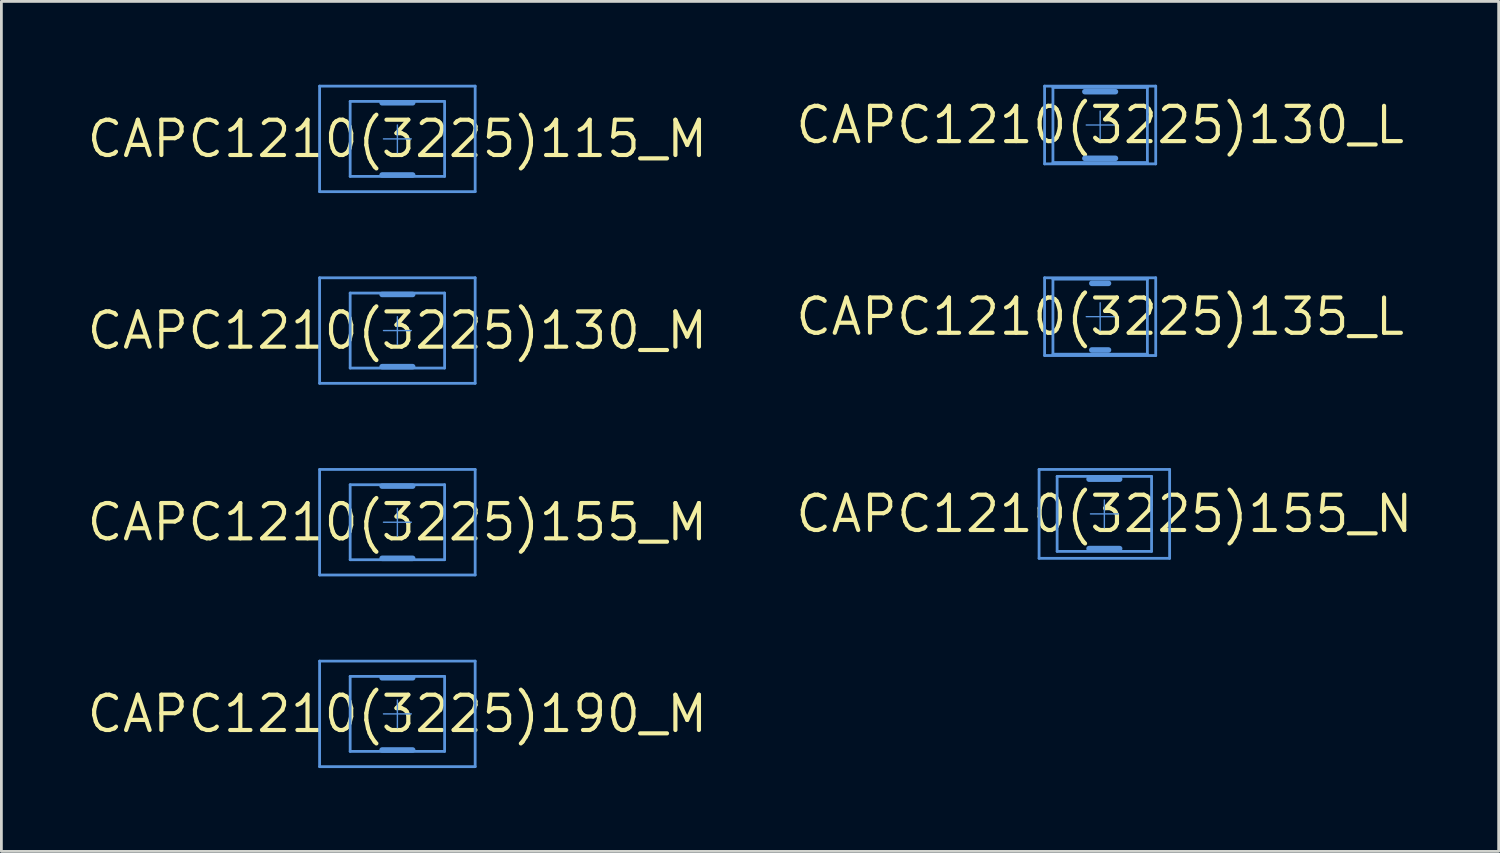
<source format=kicad_pcb>
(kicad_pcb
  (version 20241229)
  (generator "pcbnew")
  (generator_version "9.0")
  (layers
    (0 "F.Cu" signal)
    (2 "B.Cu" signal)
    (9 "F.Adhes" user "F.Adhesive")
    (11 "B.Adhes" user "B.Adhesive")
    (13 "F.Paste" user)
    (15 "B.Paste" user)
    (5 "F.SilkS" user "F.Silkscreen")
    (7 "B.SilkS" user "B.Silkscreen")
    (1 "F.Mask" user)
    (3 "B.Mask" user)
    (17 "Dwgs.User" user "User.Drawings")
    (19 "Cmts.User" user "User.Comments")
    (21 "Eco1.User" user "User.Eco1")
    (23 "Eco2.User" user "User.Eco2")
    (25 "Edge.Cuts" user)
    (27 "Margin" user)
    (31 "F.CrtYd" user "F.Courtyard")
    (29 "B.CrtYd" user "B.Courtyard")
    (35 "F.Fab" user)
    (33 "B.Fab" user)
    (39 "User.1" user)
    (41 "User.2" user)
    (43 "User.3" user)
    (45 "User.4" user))
  (footprint "CAPC1210(3225)155_N"
    (layer "F.Cu")
    (at 36.707 15.45)
    (property "Reference" "CAPC1210(3225)155_N" (at 0 0 0) (layer "F.SilkS") (effects (font (size 1.27 1.27) (thickness 0.15))))
    (attr through_hole)
    (fp_line (start -2.35 -1.6) (end 2.35 -1.6) (stroke (width 0.05) (type solid)) (layer "Cmts.User"))
    (fp_line (start -2.35 -1.6) (end 2.35 -1.6) (stroke (width 0.1) (type solid)) (layer "Cmts.User"))
    (fp_line (start -2.35 1.6) (end -2.35 -1.6) (stroke (width 0.05) (type solid)) (layer "Cmts.User"))
    (fp_line (start -2.35 1.6) (end -2.35 -1.6) (stroke (width 0.1) (type solid)) (layer "Cmts.User"))
    (fp_line (start -2.35 1.6) (end 2.35 1.6) (stroke (width 0.05) (type solid)) (layer "Cmts.User"))
    (fp_line (start -2.35 1.6) (end 2.35 1.6) (stroke (width 0.1) (type solid)) (layer "Cmts.User"))
    (fp_line (start -1.7 -1.35) (end 1.7 -1.35) (stroke (width 0.1) (type solid)) (layer "Cmts.User"))
    (fp_line (start -1.7 1.35) (end -1.7 -1.35) (stroke (width 0.1) (type solid)) (layer "Cmts.User"))
    (fp_line (start -1.7 1.35) (end 1.7 1.35) (stroke (width 0.1) (type solid)) (layer "Cmts.User"))
    (fp_line (start -0.55 -1.25) (end 0.55 -1.25) (stroke (width 0.2) (type solid)) (layer "Cmts.User"))
    (fp_line (start -0.55 1.25) (end 0.55 1.25) (stroke (width 0.2) (type solid)) (layer "Cmts.User"))
    (fp_line (start -0.5 0) (end 0.5 0) (stroke (width 0.05) (type solid)) (layer "Cmts.User"))
    (fp_line (start 0 0.5) (end 0 -0.5) (stroke (width 0.05) (type solid)) (layer "Cmts.User"))
    (fp_line (start 1.7 1.35) (end 1.7 -1.35) (stroke (width 0.1) (type solid)) (layer "Cmts.User"))
    (fp_line (start 2.35 1.6) (end 2.35 -1.6) (stroke (width 0.05) (type solid)) (layer "Cmts.User"))
    (fp_line (start 2.35 1.6) (end 2.35 -1.6) (stroke (width 0.1) (type solid)) (layer "Cmts.User")))
  (footprint "CAPC1210(3225)135_L"
    (layer "F.Cu")
    (at 36.556 8.35)
    (property "Reference" "CAPC1210(3225)135_L" (at 0 0 0) (layer "F.SilkS") (effects (font (size 1.27 1.27) (thickness 0.15))))
    (attr through_hole)
    (fp_line (start -2 -1.4) (end 2 -1.4) (stroke (width 0.05) (type solid)) (layer "Cmts.User"))
    (fp_line (start -2 -1.4) (end 2 -1.4) (stroke (width 0.1) (type solid)) (layer "Cmts.User"))
    (fp_line (start -2 1.4) (end -2 -1.4) (stroke (width 0.05) (type solid)) (layer "Cmts.User"))
    (fp_line (start -2 1.4) (end -2 -1.4) (stroke (width 0.1) (type solid)) (layer "Cmts.User"))
    (fp_line (start -2 1.4) (end 2 1.4) (stroke (width 0.05) (type solid)) (layer "Cmts.User"))
    (fp_line (start -2 1.4) (end 2 1.4) (stroke (width 0.1) (type solid)) (layer "Cmts.User"))
    (fp_line (start -1.7 -1.35) (end 1.7 -1.35) (stroke (width 0.1) (type solid)) (layer "Cmts.User"))
    (fp_line (start -1.7 1.35) (end -1.7 -1.35) (stroke (width 0.1) (type solid)) (layer "Cmts.User"))
    (fp_line (start -1.7 1.35) (end 1.7 1.35) (stroke (width 0.1) (type solid)) (layer "Cmts.User"))
    (fp_line (start -0.5 0) (end 0.5 0) (stroke (width 0.05) (type solid)) (layer "Cmts.User"))
    (fp_line (start -0.3 -1.2) (end 0.3 -1.2) (stroke (width 0.2) (type solid)) (layer "Cmts.User"))
    (fp_line (start -0.3 1.2) (end 0.3 1.2) (stroke (width 0.2) (type solid)) (layer "Cmts.User"))
    (fp_line (start 0 0.5) (end 0 -0.5) (stroke (width 0.05) (type solid)) (layer "Cmts.User"))
    (fp_line (start 1.7 1.35) (end 1.7 -1.35) (stroke (width 0.1) (type solid)) (layer "Cmts.User"))
    (fp_line (start 2 1.4) (end 2 -1.4) (stroke (width 0.05) (type solid)) (layer "Cmts.User"))
    (fp_line (start 2 1.4) (end 2 -1.4) (stroke (width 0.1) (type solid)) (layer "Cmts.User")))
  (footprint "CAPC1210(3225)155_M"
    (layer "F.Cu")
    (at 11.256 15.75)
    (property "Reference" "CAPC1210(3225)155_M" (at 0 0 0) (layer "F.SilkS") (effects (font (size 1.27 1.27) (thickness 0.15))))
    (attr through_hole)
    (fp_line (start -2.8 -1.9) (end 2.8 -1.9) (stroke (width 0.05) (type solid)) (layer "Cmts.User"))
    (fp_line (start -2.8 -1.9) (end 2.8 -1.9) (stroke (width 0.1) (type solid)) (layer "Cmts.User"))
    (fp_line (start -2.8 1.9) (end -2.8 -1.9) (stroke (width 0.05) (type solid)) (layer "Cmts.User"))
    (fp_line (start -2.8 1.9) (end -2.8 -1.9) (stroke (width 0.1) (type solid)) (layer "Cmts.User"))
    (fp_line (start -2.8 1.9) (end 2.8 1.9) (stroke (width 0.05) (type solid)) (layer "Cmts.User"))
    (fp_line (start -2.8 1.9) (end 2.8 1.9) (stroke (width 0.1) (type solid)) (layer "Cmts.User"))
    (fp_line (start -1.7 -1.35) (end 1.7 -1.35) (stroke (width 0.1) (type solid)) (layer "Cmts.User"))
    (fp_line (start -1.7 1.35) (end -1.7 -1.35) (stroke (width 0.1) (type solid)) (layer "Cmts.User"))
    (fp_line (start -1.7 1.35) (end 1.7 1.35) (stroke (width 0.1) (type solid)) (layer "Cmts.User"))
    (fp_line (start -0.55 -1.3) (end 0.55 -1.3) (stroke (width 0.2) (type solid)) (layer "Cmts.User"))
    (fp_line (start -0.55 1.3) (end 0.55 1.3) (stroke (width 0.2) (type solid)) (layer "Cmts.User"))
    (fp_line (start -0.5 0) (end 0.5 0) (stroke (width 0.05) (type solid)) (layer "Cmts.User"))
    (fp_line (start 0 0.5) (end 0 -0.5) (stroke (width 0.05) (type solid)) (layer "Cmts.User"))
    (fp_line (start 1.7 1.35) (end 1.7 -1.35) (stroke (width 0.1) (type solid)) (layer "Cmts.User"))
    (fp_line (start 2.8 1.9) (end 2.8 -1.9) (stroke (width 0.05) (type solid)) (layer "Cmts.User"))
    (fp_line (start 2.8 1.9) (end 2.8 -1.9) (stroke (width 0.1) (type solid)) (layer "Cmts.User")))
  (footprint "CAPC1210(3225)130_M"
    (layer "F.Cu")
    (at 11.256 8.85)
    (property "Reference" "CAPC1210(3225)130_M" (at 0 0 0) (layer "F.SilkS") (effects (font (size 1.27 1.27) (thickness 0.15))))
    (attr through_hole)
    (fp_line (start -2.8 -1.9) (end 2.8 -1.9) (stroke (width 0.05) (type solid)) (layer "Cmts.User"))
    (fp_line (start -2.8 -1.9) (end 2.8 -1.9) (stroke (width 0.1) (type solid)) (layer "Cmts.User"))
    (fp_line (start -2.8 1.9) (end -2.8 -1.9) (stroke (width 0.05) (type solid)) (layer "Cmts.User"))
    (fp_line (start -2.8 1.9) (end -2.8 -1.9) (stroke (width 0.1) (type solid)) (layer "Cmts.User"))
    (fp_line (start -2.8 1.9) (end 2.8 1.9) (stroke (width 0.05) (type solid)) (layer "Cmts.User"))
    (fp_line (start -2.8 1.9) (end 2.8 1.9) (stroke (width 0.1) (type solid)) (layer "Cmts.User"))
    (fp_line (start -1.7 -1.35) (end 1.7 -1.35) (stroke (width 0.1) (type solid)) (layer "Cmts.User"))
    (fp_line (start -1.7 1.35) (end -1.7 -1.35) (stroke (width 0.1) (type solid)) (layer "Cmts.User"))
    (fp_line (start -1.7 1.35) (end 1.7 1.35) (stroke (width 0.1) (type solid)) (layer "Cmts.User"))
    (fp_line (start -0.55 -1.3) (end 0.55 -1.3) (stroke (width 0.2) (type solid)) (layer "Cmts.User"))
    (fp_line (start -0.55 1.3) (end 0.55 1.3) (stroke (width 0.2) (type solid)) (layer "Cmts.User"))
    (fp_line (start -0.5 0) (end 0.5 0) (stroke (width 0.05) (type solid)) (layer "Cmts.User"))
    (fp_line (start 0 0.5) (end 0 -0.5) (stroke (width 0.05) (type solid)) (layer "Cmts.User"))
    (fp_line (start 1.7 1.35) (end 1.7 -1.35) (stroke (width 0.1) (type solid)) (layer "Cmts.User"))
    (fp_line (start 2.8 1.9) (end 2.8 -1.9) (stroke (width 0.05) (type solid)) (layer "Cmts.User"))
    (fp_line (start 2.8 1.9) (end 2.8 -1.9) (stroke (width 0.1) (type solid)) (layer "Cmts.User")))
  (footprint "CAPC1210(3225)115_M"
    (layer "F.Cu")
    (at 11.256 1.95)
    (property "Reference" "CAPC1210(3225)115_M" (at 0 0 0) (layer "F.SilkS") (effects (font (size 1.27 1.27) (thickness 0.15))))
    (attr through_hole)
    (fp_line (start -2.8 -1.9) (end 2.8 -1.9) (stroke (width 0.05) (type solid)) (layer "Cmts.User"))
    (fp_line (start -2.8 -1.9) (end 2.8 -1.9) (stroke (width 0.1) (type solid)) (layer "Cmts.User"))
    (fp_line (start -2.8 1.9) (end -2.8 -1.9) (stroke (width 0.05) (type solid)) (layer "Cmts.User"))
    (fp_line (start -2.8 1.9) (end -2.8 -1.9) (stroke (width 0.1) (type solid)) (layer "Cmts.User"))
    (fp_line (start -2.8 1.9) (end 2.8 1.9) (stroke (width 0.05) (type solid)) (layer "Cmts.User"))
    (fp_line (start -2.8 1.9) (end 2.8 1.9) (stroke (width 0.1) (type solid)) (layer "Cmts.User"))
    (fp_line (start -1.7 -1.35) (end 1.7 -1.35) (stroke (width 0.1) (type solid)) (layer "Cmts.User"))
    (fp_line (start -1.7 1.35) (end -1.7 -1.35) (stroke (width 0.1) (type solid)) (layer "Cmts.User"))
    (fp_line (start -1.7 1.35) (end 1.7 1.35) (stroke (width 0.1) (type solid)) (layer "Cmts.User"))
    (fp_line (start -0.55 -1.3) (end 0.55 -1.3) (stroke (width 0.2) (type solid)) (layer "Cmts.User"))
    (fp_line (start -0.55 1.3) (end 0.55 1.3) (stroke (width 0.2) (type solid)) (layer "Cmts.User"))
    (fp_line (start -0.5 0) (end 0.5 0) (stroke (width 0.05) (type solid)) (layer "Cmts.User"))
    (fp_line (start 0 0.5) (end 0 -0.5) (stroke (width 0.05) (type solid)) (layer "Cmts.User"))
    (fp_line (start 1.7 1.35) (end 1.7 -1.35) (stroke (width 0.1) (type solid)) (layer "Cmts.User"))
    (fp_line (start 2.8 1.9) (end 2.8 -1.9) (stroke (width 0.05) (type solid)) (layer "Cmts.User"))
    (fp_line (start 2.8 1.9) (end 2.8 -1.9) (stroke (width 0.1) (type solid)) (layer "Cmts.User")))
  (footprint "CAPC1210(3225)190_M"
    (layer "F.Cu")
    (at 11.256 22.65)
    (property "Reference" "CAPC1210(3225)190_M" (at 0 0 0) (layer "F.SilkS") (effects (font (size 1.27 1.27) (thickness 0.15))))
    (attr through_hole)
    (fp_line (start -2.8 -1.9) (end 2.8 -1.9) (stroke (width 0.05) (type solid)) (layer "Cmts.User"))
    (fp_line (start -2.8 -1.9) (end 2.8 -1.9) (stroke (width 0.1) (type solid)) (layer "Cmts.User"))
    (fp_line (start -2.8 1.9) (end -2.8 -1.9) (stroke (width 0.05) (type solid)) (layer "Cmts.User"))
    (fp_line (start -2.8 1.9) (end -2.8 -1.9) (stroke (width 0.1) (type solid)) (layer "Cmts.User"))
    (fp_line (start -2.8 1.9) (end 2.8 1.9) (stroke (width 0.05) (type solid)) (layer "Cmts.User"))
    (fp_line (start -2.8 1.9) (end 2.8 1.9) (stroke (width 0.1) (type solid)) (layer "Cmts.User"))
    (fp_line (start -1.7 -1.35) (end 1.7 -1.35) (stroke (width 0.1) (type solid)) (layer "Cmts.User"))
    (fp_line (start -1.7 1.35) (end -1.7 -1.35) (stroke (width 0.1) (type solid)) (layer "Cmts.User"))
    (fp_line (start -1.7 1.35) (end 1.7 1.35) (stroke (width 0.1) (type solid)) (layer "Cmts.User"))
    (fp_line (start -0.55 -1.3) (end 0.55 -1.3) (stroke (width 0.2) (type solid)) (layer "Cmts.User"))
    (fp_line (start -0.55 1.3) (end 0.55 1.3) (stroke (width 0.2) (type solid)) (layer "Cmts.User"))
    (fp_line (start -0.5 0) (end 0.5 0) (stroke (width 0.05) (type solid)) (layer "Cmts.User"))
    (fp_line (start 0 0.5) (end 0 -0.5) (stroke (width 0.05) (type solid)) (layer "Cmts.User"))
    (fp_line (start 1.7 1.35) (end 1.7 -1.35) (stroke (width 0.1) (type solid)) (layer "Cmts.User"))
    (fp_line (start 2.8 1.9) (end 2.8 -1.9) (stroke (width 0.05) (type solid)) (layer "Cmts.User"))
    (fp_line (start 2.8 1.9) (end 2.8 -1.9) (stroke (width 0.1) (type solid)) (layer "Cmts.User")))
  (footprint "CAPC1210(3225)130_L"
    (layer "F.Cu")
    (at 36.556 1.45)
    (property "Reference" "CAPC1210(3225)130_L" (at 0 0 0) (layer "F.SilkS") (effects (font (size 1.27 1.27) (thickness 0.15))))
    (attr through_hole)
    (fp_line (start -2 -1.4) (end 2 -1.4) (stroke (width 0.05) (type solid)) (layer "Cmts.User"))
    (fp_line (start -2 -1.4) (end 2 -1.4) (stroke (width 0.1) (type solid)) (layer "Cmts.User"))
    (fp_line (start -2 1.4) (end -2 -1.4) (stroke (width 0.05) (type solid)) (layer "Cmts.User"))
    (fp_line (start -2 1.4) (end -2 -1.4) (stroke (width 0.1) (type solid)) (layer "Cmts.User"))
    (fp_line (start -2 1.4) (end 2 1.4) (stroke (width 0.05) (type solid)) (layer "Cmts.User"))
    (fp_line (start -2 1.4) (end 2 1.4) (stroke (width 0.1) (type solid)) (layer "Cmts.User"))
    (fp_line (start -1.7 -1.35) (end 1.7 -1.35) (stroke (width 0.1) (type solid)) (layer "Cmts.User"))
    (fp_line (start -1.7 1.35) (end -1.7 -1.35) (stroke (width 0.1) (type solid)) (layer "Cmts.User"))
    (fp_line (start -1.7 1.35) (end 1.7 1.35) (stroke (width 0.1) (type solid)) (layer "Cmts.User"))
    (fp_line (start -0.55 -1.2) (end 0.55 -1.2) (stroke (width 0.2) (type solid)) (layer "Cmts.User"))
    (fp_line (start -0.55 1.2) (end 0.55 1.2) (stroke (width 0.2) (type solid)) (layer "Cmts.User"))
    (fp_line (start -0.5 0) (end 0.5 0) (stroke (width 0.05) (type solid)) (layer "Cmts.User"))
    (fp_line (start 0 0.5) (end 0 -0.5) (stroke (width 0.05) (type solid)) (layer "Cmts.User"))
    (fp_line (start 1.7 1.35) (end 1.7 -1.35) (stroke (width 0.1) (type solid)) (layer "Cmts.User"))
    (fp_line (start 2 1.4) (end 2 -1.4) (stroke (width 0.05) (type solid)) (layer "Cmts.User"))
    (fp_line (start 2 1.4) (end 2 -1.4) (stroke (width 0.1) (type solid)) (layer "Cmts.User")))
  (gr_rect
    (start -3 -3)
    (end 50.902 27.6)
    (stroke (width 0.1) (type default))
    (fill no)
    (layer "Edge.Cuts")))
</source>
